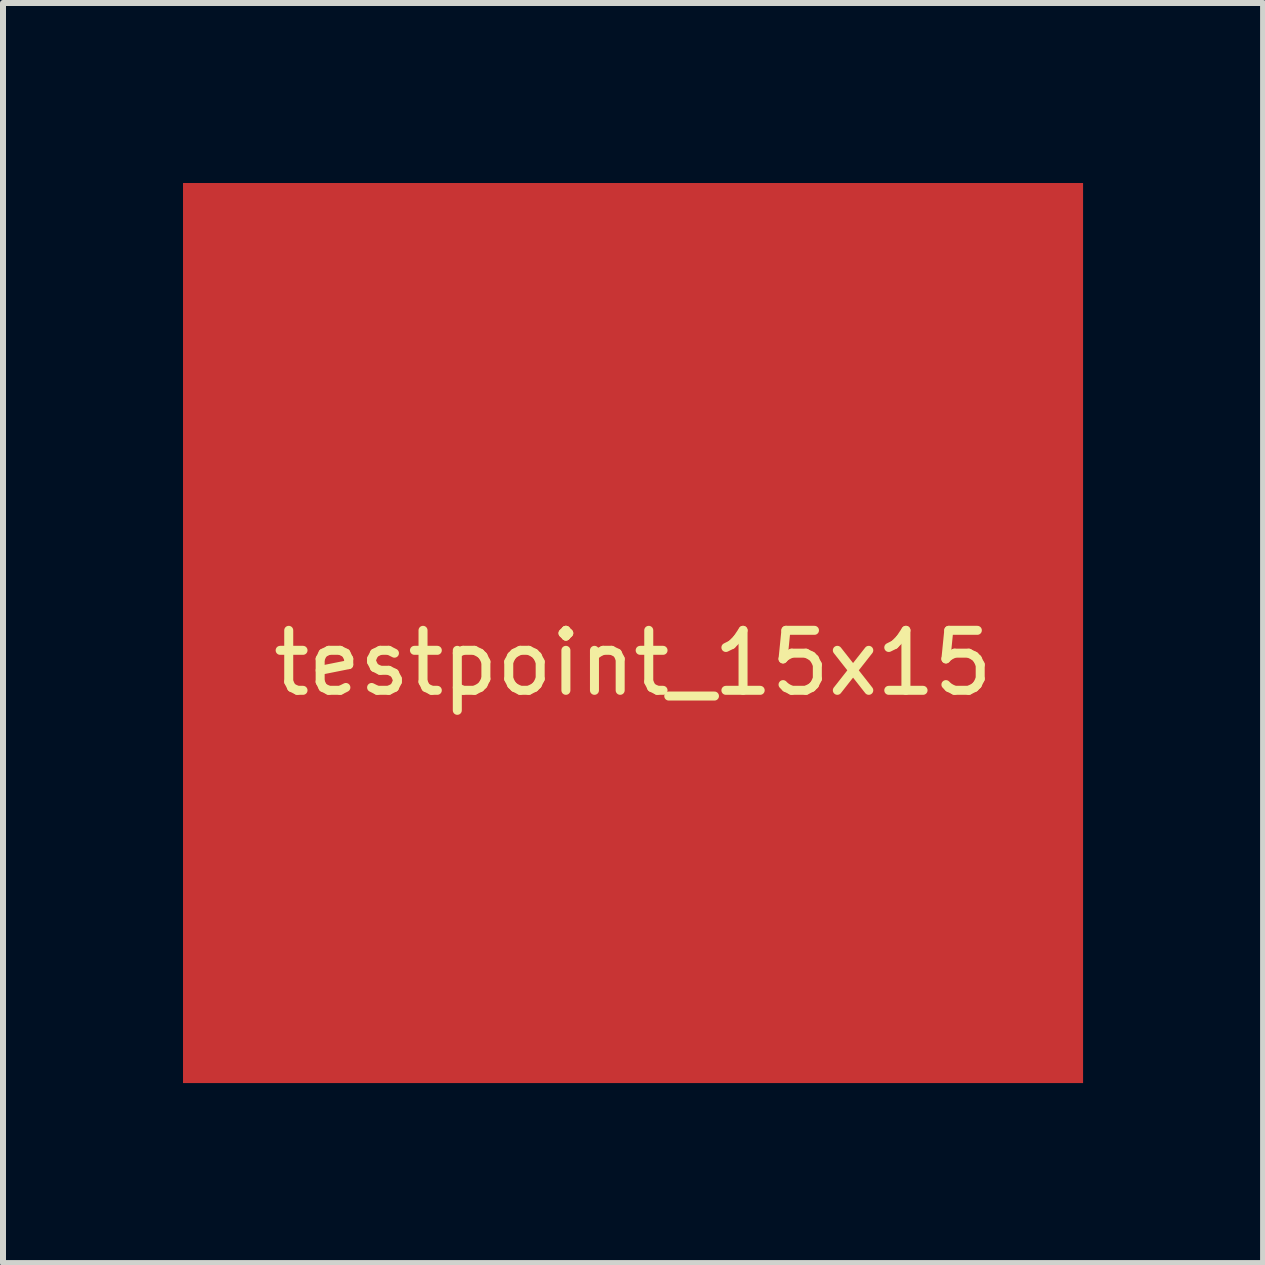
<source format=kicad_pcb>
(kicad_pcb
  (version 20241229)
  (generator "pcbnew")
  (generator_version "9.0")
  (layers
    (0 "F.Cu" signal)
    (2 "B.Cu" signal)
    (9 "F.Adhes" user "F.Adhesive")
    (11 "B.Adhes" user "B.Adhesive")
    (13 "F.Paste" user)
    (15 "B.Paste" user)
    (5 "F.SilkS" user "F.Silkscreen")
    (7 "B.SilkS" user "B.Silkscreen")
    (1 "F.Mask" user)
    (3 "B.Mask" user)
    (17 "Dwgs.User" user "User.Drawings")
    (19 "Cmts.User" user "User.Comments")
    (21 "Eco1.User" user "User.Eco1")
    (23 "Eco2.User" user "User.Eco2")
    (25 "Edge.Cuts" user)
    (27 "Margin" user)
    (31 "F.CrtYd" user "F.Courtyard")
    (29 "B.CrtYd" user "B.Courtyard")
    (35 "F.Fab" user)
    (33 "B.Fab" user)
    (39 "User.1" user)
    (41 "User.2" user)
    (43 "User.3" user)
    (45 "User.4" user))
  (footprint "testpoint_15x15"
    (layer "F.Cu")
    (at 7.5 7.5)
    (property "Reference" "testpoint_15x15" (at 0 0.5 0) (layer "F.SilkS") (effects (font (size 1 1) (thickness 0.15))))
    (attr through_hole)
    (pad "1" smd rect (at 0 0) (size 15 15) (layers "F.Cu" "F.Mask" "F.Paste")))
  (gr_rect
    (start -3 -3)
    (end 18 18)
    (stroke (width 0.1) (type default))
    (fill no)
    (layer "Edge.Cuts")))
</source>
